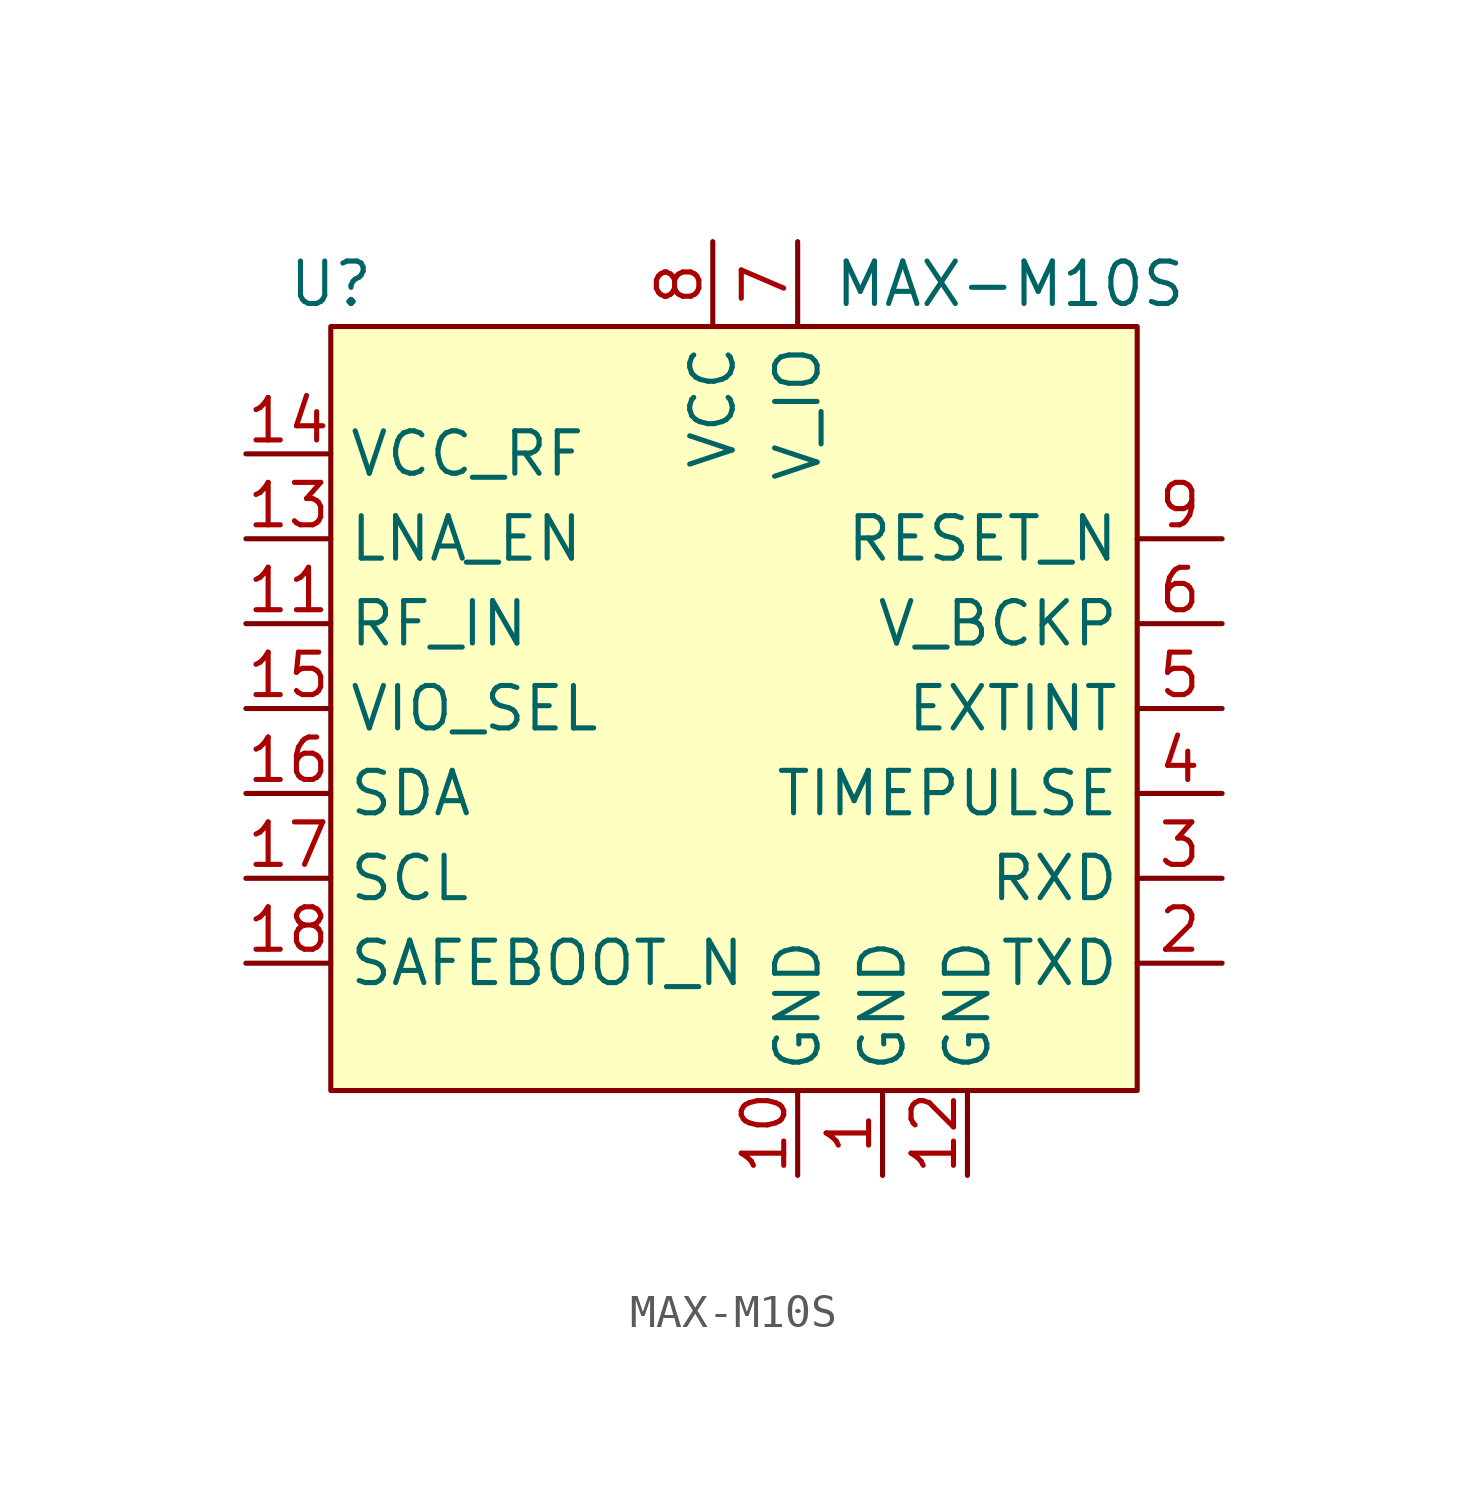
<source format=kicad_sym>
(kicad_symbol_lib
  (version 20211014)
  (generator kicad_symbol_editor)
  (symbol "MAX-M10S"
    (property "Reference" "U"
      (at -5.08 20.32 0)
      (effects (font (size 1.27 1.27))))
    (property "Value" "MAX-M10S"
      (at 15.24 20.32 0)
      (effects (font (size 1.27 1.27))))
    (symbol "MAX-M10S_0_1"
      (rectangle (start -5.08 19.05) (end 19.05 -3.81) (stroke (width 0) (type default) (color 0 0 0 0)) (fill (type background))))
    (symbol "MAX-M10S_1_1"
      (pin power_out line (at 11.43 -6.35 90) (length 2.54) (name "GND" (effects (font (size 1.27 1.27)))) (number "1" (effects (font (size 1.27 1.27)))))
      (pin power_out line (at 8.89 -6.35 90) (length 2.54) (name "GND" (effects (font (size 1.27 1.27)))) (number "10" (effects (font (size 1.27 1.27)))))
      (pin input line (at -7.62 10.16 0) (length 2.54) (name "RF_IN" (effects (font (size 1.27 1.27)))) (number "11" (effects (font (size 1.27 1.27)))))
      (pin power_out line (at 13.97 -6.35 90) (length 2.54) (name "GND" (effects (font (size 1.27 1.27)))) (number "12" (effects (font (size 1.27 1.27)))))
      (pin unspecified line (at -7.62 12.7 0) (length 2.54) (name "LNA_EN" (effects (font (size 1.27 1.27)))) (number "13" (effects (font (size 1.27 1.27)))))
      (pin unspecified line (at -7.62 15.24 0) (length 2.54) (name "VCC_RF" (effects (font (size 1.27 1.27)))) (number "14" (effects (font (size 1.27 1.27)))))
      (pin unspecified line (at -7.62 7.62 0) (length 2.54) (name "VIO_SEL" (effects (font (size 1.27 1.27)))) (number "15" (effects (font (size 1.27 1.27)))))
      (pin bidirectional line (at -7.62 5.08 0) (length 2.54) (name "SDA" (effects (font (size 1.27 1.27)))) (number "16" (effects (font (size 1.27 1.27)))))
      (pin input line (at -7.62 2.54 0) (length 2.54) (name "SCL" (effects (font (size 1.27 1.27)))) (number "17" (effects (font (size 1.27 1.27)))))
      (pin unspecified line (at -7.62 0 0) (length 2.54) (name "SAFEBOOT_N" (effects (font (size 1.27 1.27)))) (number "18" (effects (font (size 1.27 1.27)))))
      (pin output line (at 21.59 0 180) (length 2.54) (name "TXD" (effects (font (size 1.27 1.27)))) (number "2" (effects (font (size 1.27 1.27)))))
      (pin input line (at 21.59 2.54 180) (length 2.54) (name "RXD" (effects (font (size 1.27 1.27)))) (number "3" (effects (font (size 1.27 1.27)))))
      (pin unspecified line (at 21.59 5.08 180) (length 2.54) (name "TIMEPULSE" (effects (font (size 1.27 1.27)))) (number "4" (effects (font (size 1.27 1.27)))))
      (pin input line (at 21.59 7.62 180) (length 2.54) (name "EXTINT" (effects (font (size 1.27 1.27)))) (number "5" (effects (font (size 1.27 1.27)))))
      (pin power_in line (at 21.59 10.16 180) (length 2.54) (name "V_BCKP" (effects (font (size 1.27 1.27)))) (number "6" (effects (font (size 1.27 1.27)))))
      (pin power_in line (at 8.89 21.59 270) (length 2.54) (name "V_IO" (effects (font (size 1.27 1.27)))) (number "7" (effects (font (size 1.27 1.27)))))
      (pin power_in line (at 6.35 21.59 270) (length 2.54) (name "VCC" (effects (font (size 1.27 1.27)))) (number "8" (effects (font (size 1.27 1.27)))))
      (pin input line (at 21.59 12.7 180) (length 2.54) (name "RESET_N" (effects (font (size 1.27 1.27)))) (number "9" (effects (font (size 1.27 1.27))))))))
</source>
